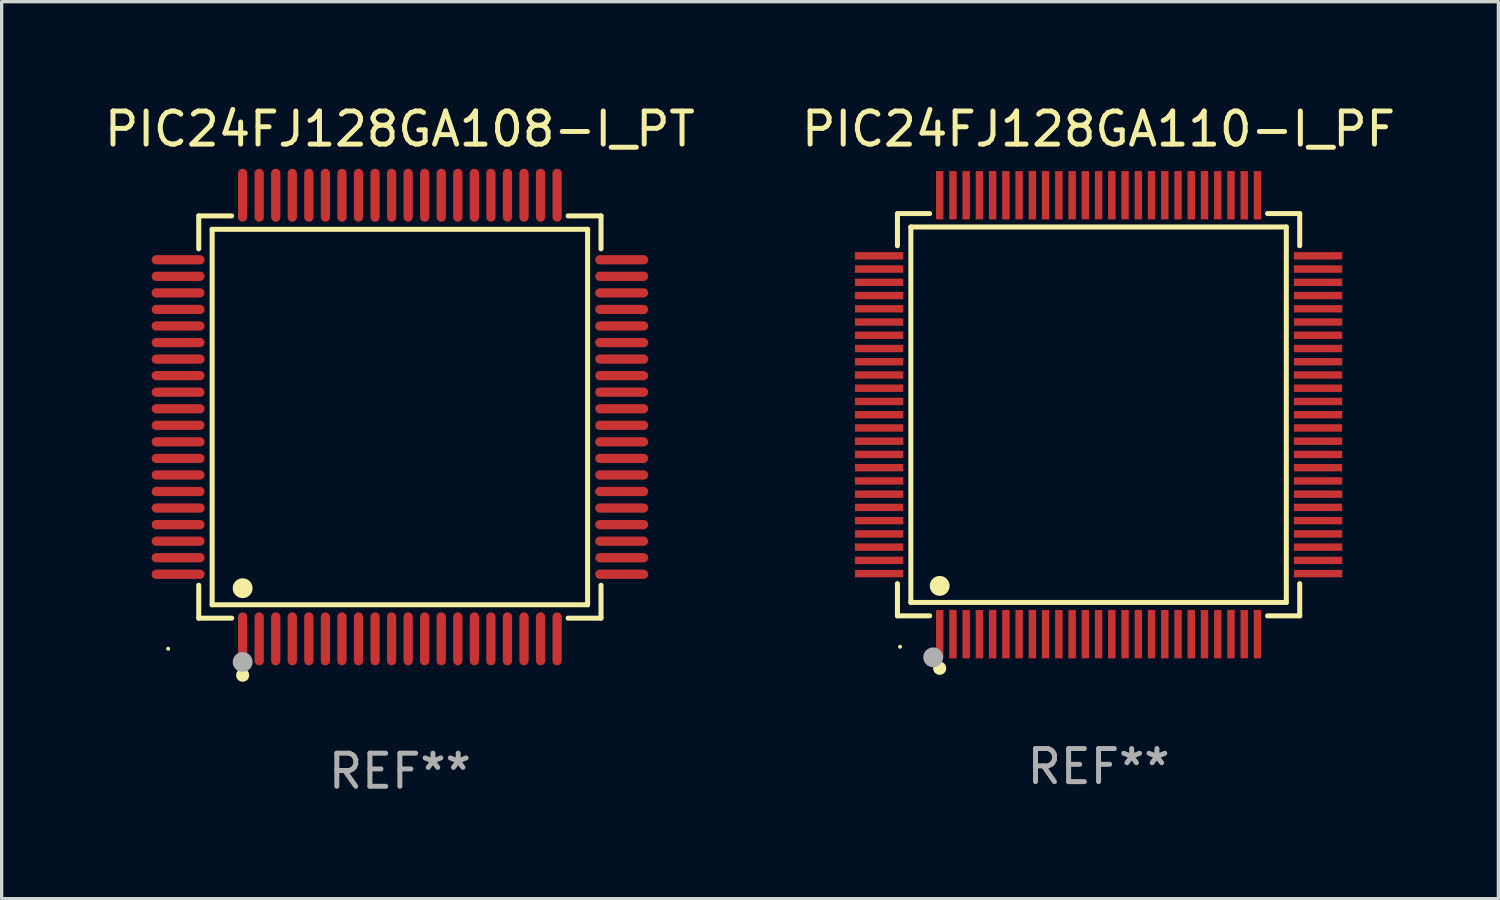
<source format=kicad_pcb>
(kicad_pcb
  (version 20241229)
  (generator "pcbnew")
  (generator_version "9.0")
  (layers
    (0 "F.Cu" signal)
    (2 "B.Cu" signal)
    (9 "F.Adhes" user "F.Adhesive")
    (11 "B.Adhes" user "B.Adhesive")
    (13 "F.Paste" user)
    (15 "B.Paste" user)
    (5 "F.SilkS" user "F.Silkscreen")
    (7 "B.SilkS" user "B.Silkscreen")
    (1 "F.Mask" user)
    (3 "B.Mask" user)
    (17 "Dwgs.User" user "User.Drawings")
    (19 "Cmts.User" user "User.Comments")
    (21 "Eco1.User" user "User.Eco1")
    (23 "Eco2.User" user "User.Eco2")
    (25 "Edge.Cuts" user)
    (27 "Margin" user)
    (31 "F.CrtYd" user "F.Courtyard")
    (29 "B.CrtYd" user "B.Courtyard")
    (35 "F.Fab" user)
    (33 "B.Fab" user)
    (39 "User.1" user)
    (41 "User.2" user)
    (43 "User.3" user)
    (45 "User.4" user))
  (footprint "PIC24FJ128GA108-I_PT"
    (layer "F.Cu")
    (at 9.03 9.548)
    (property "Reference" "PIC24FJ128GA108-I_PT" (at 0 -8.7 0) (layer "F.SilkS") (effects (font (size 1 1) (thickness 0.15))))
    (attr through_hole)
    (fp_line (start -6.076 -6.076) (end -5.081 -6.076) (stroke (width 0.152) (type solid)) (layer "F.SilkS"))
    (fp_line (start -6.076 -5.081) (end -6.076 -6.076) (stroke (width 0.152) (type solid)) (layer "F.SilkS"))
    (fp_line (start -6.076 5.081) (end -6.076 6.076) (stroke (width 0.152) (type solid)) (layer "F.SilkS"))
    (fp_line (start -6.076 6.076) (end -5.081 6.076) (stroke (width 0.152) (type solid)) (layer "F.SilkS"))
    (fp_line (start -5.671 -5.671) (end 5.671 -5.671) (stroke (width 0.152) (type solid)) (layer "F.SilkS"))
    (fp_line (start -5.671 5.671) (end -5.671 -5.671) (stroke (width 0.152) (type solid)) (layer "F.SilkS"))
    (fp_line (start 5.671 -5.671) (end 5.671 5.671) (stroke (width 0.152) (type solid)) (layer "F.SilkS"))
    (fp_line (start 5.671 5.671) (end -5.671 5.671) (stroke (width 0.152) (type solid)) (layer "F.SilkS"))
    (fp_line (start 6.076 -6.076) (end 5.081 -6.076) (stroke (width 0.152) (type solid)) (layer "F.SilkS"))
    (fp_line (start 6.076 -5.081) (end 6.076 -6.076) (stroke (width 0.152) (type solid)) (layer "F.SilkS"))
    (fp_line (start 6.076 5.081) (end 6.076 6.076) (stroke (width 0.152) (type solid)) (layer "F.SilkS"))
    (fp_line (start 6.076 6.076) (end 5.081 6.076) (stroke (width 0.152) (type solid)) (layer "F.SilkS"))
    (fp_circle (center -7 7) (end -6.97 7) (stroke (width 0.06) (type solid)) (fill no) (layer "F.SilkS"))
    (fp_circle (center -4.75 5.171) (end -4.6 5.171) (stroke (width 0.3) (type solid)) (fill no) (layer "F.SilkS"))
    (fp_circle (center -4.75 7.8) (end -4.65 7.8) (stroke (width 0.2) (type solid)) (fill no) (layer "F.SilkS"))
    (fp_circle (center -4.75 7.4) (end -4.6 7.4) (stroke (width 0.3) (type solid)) (fill no) (layer "F.Fab"))
    (fp_text user "REF**" (at 0 10.7 0) (layer "F.Fab") (effects (font (size 1 1) (thickness 0.15))))
    (pad "1" smd oval (at -4.75 6.7) (size 0.28 1.6) (layers "F.Cu" "F.Mask" "F.Paste"))
    (pad "2" smd oval (at -4.25 6.7) (size 0.28 1.6) (layers "F.Cu" "F.Mask" "F.Paste"))
    (pad "3" smd oval (at -3.75 6.7) (size 0.28 1.6) (layers "F.Cu" "F.Mask" "F.Paste"))
    (pad "4" smd oval (at -3.25 6.7) (size 0.28 1.6) (layers "F.Cu" "F.Mask" "F.Paste"))
    (pad "5" smd oval (at -2.75 6.7) (size 0.28 1.6) (layers "F.Cu" "F.Mask" "F.Paste"))
    (pad "6" smd oval (at -2.25 6.7) (size 0.28 1.6) (layers "F.Cu" "F.Mask" "F.Paste"))
    (pad "7" smd oval (at -1.75 6.7) (size 0.28 1.6) (layers "F.Cu" "F.Mask" "F.Paste"))
    (pad "8" smd oval (at -1.25 6.7) (size 0.28 1.6) (layers "F.Cu" "F.Mask" "F.Paste"))
    (pad "9" smd oval (at -0.75 6.7) (size 0.28 1.6) (layers "F.Cu" "F.Mask" "F.Paste"))
    (pad "10" smd oval (at -0.25 6.7) (size 0.28 1.6) (layers "F.Cu" "F.Mask" "F.Paste"))
    (pad "11" smd oval (at 0.25 6.7) (size 0.28 1.6) (layers "F.Cu" "F.Mask" "F.Paste"))
    (pad "12" smd oval (at 0.75 6.7) (size 0.28 1.6) (layers "F.Cu" "F.Mask" "F.Paste"))
    (pad "13" smd oval (at 1.25 6.7) (size 0.28 1.6) (layers "F.Cu" "F.Mask" "F.Paste"))
    (pad "14" smd oval (at 1.75 6.7) (size 0.28 1.6) (layers "F.Cu" "F.Mask" "F.Paste"))
    (pad "15" smd oval (at 2.25 6.7) (size 0.28 1.6) (layers "F.Cu" "F.Mask" "F.Paste"))
    (pad "16" smd oval (at 2.75 6.7) (size 0.28 1.6) (layers "F.Cu" "F.Mask" "F.Paste"))
    (pad "17" smd oval (at 3.25 6.7) (size 0.28 1.6) (layers "F.Cu" "F.Mask" "F.Paste"))
    (pad "18" smd oval (at 3.75 6.7) (size 0.28 1.6) (layers "F.Cu" "F.Mask" "F.Paste"))
    (pad "19" smd oval (at 4.25 6.7) (size 0.28 1.6) (layers "F.Cu" "F.Mask" "F.Paste"))
    (pad "20" smd oval (at 4.75 6.7) (size 0.28 1.6) (layers "F.Cu" "F.Mask" "F.Paste"))
    (pad "21" smd oval (at 6.7 4.75) (size 1.6 0.28) (layers "F.Cu" "F.Mask" "F.Paste"))
    (pad "22" smd oval (at 6.7 4.25) (size 1.6 0.28) (layers "F.Cu" "F.Mask" "F.Paste"))
    (pad "23" smd oval (at 6.7 3.75) (size 1.6 0.28) (layers "F.Cu" "F.Mask" "F.Paste"))
    (pad "24" smd oval (at 6.7 3.25) (size 1.6 0.28) (layers "F.Cu" "F.Mask" "F.Paste"))
    (pad "25" smd oval (at 6.7 2.75) (size 1.6 0.28) (layers "F.Cu" "F.Mask" "F.Paste"))
    (pad "26" smd oval (at 6.7 2.25) (size 1.6 0.28) (layers "F.Cu" "F.Mask" "F.Paste"))
    (pad "27" smd oval (at 6.7 1.75) (size 1.6 0.28) (layers "F.Cu" "F.Mask" "F.Paste"))
    (pad "28" smd oval (at 6.7 1.25) (size 1.6 0.28) (layers "F.Cu" "F.Mask" "F.Paste"))
    (pad "29" smd oval (at 6.7 0.75) (size 1.6 0.28) (layers "F.Cu" "F.Mask" "F.Paste"))
    (pad "30" smd oval (at 6.7 0.25) (size 1.6 0.28) (layers "F.Cu" "F.Mask" "F.Paste"))
    (pad "31" smd oval (at 6.7 -0.25) (size 1.6 0.28) (layers "F.Cu" "F.Mask" "F.Paste"))
    (pad "32" smd oval (at 6.7 -0.75) (size 1.6 0.28) (layers "F.Cu" "F.Mask" "F.Paste"))
    (pad "33" smd oval (at 6.7 -1.25) (size 1.6 0.28) (layers "F.Cu" "F.Mask" "F.Paste"))
    (pad "34" smd oval (at 6.7 -1.75) (size 1.6 0.28) (layers "F.Cu" "F.Mask" "F.Paste"))
    (pad "35" smd oval (at 6.7 -2.25) (size 1.6 0.28) (layers "F.Cu" "F.Mask" "F.Paste"))
    (pad "36" smd oval (at 6.7 -2.75) (size 1.6 0.28) (layers "F.Cu" "F.Mask" "F.Paste"))
    (pad "37" smd oval (at 6.7 -3.25) (size 1.6 0.28) (layers "F.Cu" "F.Mask" "F.Paste"))
    (pad "38" smd oval (at 6.7 -3.75) (size 1.6 0.28) (layers "F.Cu" "F.Mask" "F.Paste"))
    (pad "39" smd oval (at 6.7 -4.25) (size 1.6 0.28) (layers "F.Cu" "F.Mask" "F.Paste"))
    (pad "40" smd oval (at 6.7 -4.75) (size 1.6 0.28) (layers "F.Cu" "F.Mask" "F.Paste"))
    (pad "41" smd oval (at 4.75 -6.7) (size 0.28 1.6) (layers "F.Cu" "F.Mask" "F.Paste"))
    (pad "42" smd oval (at 4.25 -6.7) (size 0.28 1.6) (layers "F.Cu" "F.Mask" "F.Paste"))
    (pad "43" smd oval (at 3.75 -6.7) (size 0.28 1.6) (layers "F.Cu" "F.Mask" "F.Paste"))
    (pad "44" smd oval (at 3.25 -6.7) (size 0.28 1.6) (layers "F.Cu" "F.Mask" "F.Paste"))
    (pad "45" smd oval (at 2.75 -6.7) (size 0.28 1.6) (layers "F.Cu" "F.Mask" "F.Paste"))
    (pad "46" smd oval (at 2.25 -6.7) (size 0.28 1.6) (layers "F.Cu" "F.Mask" "F.Paste"))
    (pad "47" smd oval (at 1.75 -6.7) (size 0.28 1.6) (layers "F.Cu" "F.Mask" "F.Paste"))
    (pad "48" smd oval (at 1.25 -6.7) (size 0.28 1.6) (layers "F.Cu" "F.Mask" "F.Paste"))
    (pad "49" smd oval (at 0.75 -6.7) (size 0.28 1.6) (layers "F.Cu" "F.Mask" "F.Paste"))
    (pad "50" smd oval (at 0.25 -6.7) (size 0.28 1.6) (layers "F.Cu" "F.Mask" "F.Paste"))
    (pad "51" smd oval (at -0.25 -6.7) (size 0.28 1.6) (layers "F.Cu" "F.Mask" "F.Paste"))
    (pad "52" smd oval (at -0.75 -6.7) (size 0.28 1.6) (layers "F.Cu" "F.Mask" "F.Paste"))
    (pad "53" smd oval (at -1.25 -6.7) (size 0.28 1.6) (layers "F.Cu" "F.Mask" "F.Paste"))
    (pad "54" smd oval (at -1.75 -6.7) (size 0.28 1.6) (layers "F.Cu" "F.Mask" "F.Paste"))
    (pad "55" smd oval (at -2.25 -6.7) (size 0.28 1.6) (layers "F.Cu" "F.Mask" "F.Paste"))
    (pad "56" smd oval (at -2.75 -6.7) (size 0.28 1.6) (layers "F.Cu" "F.Mask" "F.Paste"))
    (pad "57" smd oval (at -3.25 -6.7) (size 0.28 1.6) (layers "F.Cu" "F.Mask" "F.Paste"))
    (pad "58" smd oval (at -3.75 -6.7) (size 0.28 1.6) (layers "F.Cu" "F.Mask" "F.Paste"))
    (pad "59" smd oval (at -4.25 -6.7) (size 0.28 1.6) (layers "F.Cu" "F.Mask" "F.Paste"))
    (pad "60" smd oval (at -4.75 -6.7) (size 0.28 1.6) (layers "F.Cu" "F.Mask" "F.Paste"))
    (pad "61" smd oval (at -6.7 -4.75) (size 1.6 0.28) (layers "F.Cu" "F.Mask" "F.Paste"))
    (pad "62" smd oval (at -6.7 -4.25) (size 1.6 0.28) (layers "F.Cu" "F.Mask" "F.Paste"))
    (pad "63" smd oval (at -6.7 -3.75) (size 1.6 0.28) (layers "F.Cu" "F.Mask" "F.Paste"))
    (pad "64" smd oval (at -6.7 -3.25) (size 1.6 0.28) (layers "F.Cu" "F.Mask" "F.Paste"))
    (pad "65" smd oval (at -6.7 -2.75) (size 1.6 0.28) (layers "F.Cu" "F.Mask" "F.Paste"))
    (pad "66" smd oval (at -6.7 -2.25) (size 1.6 0.28) (layers "F.Cu" "F.Mask" "F.Paste"))
    (pad "67" smd oval (at -6.7 -1.75) (size 1.6 0.28) (layers "F.Cu" "F.Mask" "F.Paste"))
    (pad "68" smd oval (at -6.7 -1.25) (size 1.6 0.28) (layers "F.Cu" "F.Mask" "F.Paste"))
    (pad "69" smd oval (at -6.7 -0.75) (size 1.6 0.28) (layers "F.Cu" "F.Mask" "F.Paste"))
    (pad "70" smd oval (at -6.7 -0.25) (size 1.6 0.28) (layers "F.Cu" "F.Mask" "F.Paste"))
    (pad "71" smd oval (at -6.7 0.25) (size 1.6 0.28) (layers "F.Cu" "F.Mask" "F.Paste"))
    (pad "72" smd oval (at -6.7 0.75) (size 1.6 0.28) (layers "F.Cu" "F.Mask" "F.Paste"))
    (pad "73" smd oval (at -6.7 1.25) (size 1.6 0.28) (layers "F.Cu" "F.Mask" "F.Paste"))
    (pad "74" smd oval (at -6.7 1.75) (size 1.6 0.28) (layers "F.Cu" "F.Mask" "F.Paste"))
    (pad "75" smd oval (at -6.7 2.25) (size 1.6 0.28) (layers "F.Cu" "F.Mask" "F.Paste"))
    (pad "76" smd oval (at -6.7 2.75) (size 1.6 0.28) (layers "F.Cu" "F.Mask" "F.Paste"))
    (pad "77" smd oval (at -6.7 3.25) (size 1.6 0.28) (layers "F.Cu" "F.Mask" "F.Paste"))
    (pad "78" smd oval (at -6.7 3.75) (size 1.6 0.28) (layers "F.Cu" "F.Mask" "F.Paste"))
    (pad "79" smd oval (at -6.7 4.25) (size 1.6 0.28) (layers "F.Cu" "F.Mask" "F.Paste"))
    (pad "80" smd oval (at -6.7 4.75) (size 1.6 0.28) (layers "F.Cu" "F.Mask" "F.Paste")))
  (footprint "PIC24FJ128GA110-I_PF"
    (layer "F.Cu")
    (at 30.137 9.478)
    (property "Reference" "PIC24FJ128GA110-I_PF" (at 0 -8.63 0) (layer "F.SilkS") (effects (font (size 1 1) (thickness 0.15))))
    (attr through_hole)
    (fp_line (start -6.076 -6.076) (end -5.103 -6.076) (stroke (width 0.152) (type solid)) (layer "F.SilkS"))
    (fp_line (start -6.076 -5.103) (end -6.076 -6.076) (stroke (width 0.152) (type solid)) (layer "F.SilkS"))
    (fp_line (start -6.076 5.103) (end -6.076 6.076) (stroke (width 0.152) (type solid)) (layer "F.SilkS"))
    (fp_line (start -6.076 6.076) (end -5.103 6.076) (stroke (width 0.152) (type solid)) (layer "F.SilkS"))
    (fp_line (start -5.671 -5.671) (end 5.671 -5.671) (stroke (width 0.152) (type solid)) (layer "F.SilkS"))
    (fp_line (start -5.671 5.671) (end -5.671 -5.671) (stroke (width 0.152) (type solid)) (layer "F.SilkS"))
    (fp_line (start 5.671 -5.671) (end 5.671 5.671) (stroke (width 0.152) (type solid)) (layer "F.SilkS"))
    (fp_line (start 5.671 5.671) (end -5.671 5.671) (stroke (width 0.152) (type solid)) (layer "F.SilkS"))
    (fp_line (start 6.076 -6.076) (end 5.103 -6.076) (stroke (width 0.152) (type solid)) (layer "F.SilkS"))
    (fp_line (start 6.076 -5.103) (end 6.076 -6.076) (stroke (width 0.152) (type solid)) (layer "F.SilkS"))
    (fp_line (start 6.076 5.103) (end 6.076 6.076) (stroke (width 0.152) (type solid)) (layer "F.SilkS"))
    (fp_line (start 6.076 6.076) (end 5.103 6.076) (stroke (width 0.152) (type solid)) (layer "F.SilkS"))
    (fp_circle (center -5.997 7.01) (end -5.967 7.01) (stroke (width 0.06) (type solid)) (fill no) (layer "F.SilkS"))
    (fp_circle (center -4.8 5.171) (end -4.65 5.171) (stroke (width 0.3) (type solid)) (fill no) (layer "F.SilkS"))
    (fp_circle (center -4.8 7.66) (end -4.7 7.66) (stroke (width 0.2) (type solid)) (fill no) (layer "F.SilkS"))
    (fp_circle (center -4.996 7.329) (end -4.846 7.329) (stroke (width 0.3) (type solid)) (fill no) (layer "F.Fab"))
    (fp_text user "REF**" (at 0 10.63 0) (layer "F.Fab") (effects (font (size 1 1) (thickness 0.15))))
    (pad "1" smd rect (at -4.8 6.63) (size 0.224 1.46) (layers "F.Cu" "F.Mask" "F.Paste"))
    (pad "2" smd rect (at -4.4 6.63) (size 0.224 1.46) (layers "F.Cu" "F.Mask" "F.Paste"))
    (pad "3" smd rect (at -4 6.63) (size 0.224 1.46) (layers "F.Cu" "F.Mask" "F.Paste"))
    (pad "4" smd rect (at -3.6 6.63) (size 0.224 1.46) (layers "F.Cu" "F.Mask" "F.Paste"))
    (pad "5" smd rect (at -3.2 6.63) (size 0.224 1.46) (layers "F.Cu" "F.Mask" "F.Paste"))
    (pad "6" smd rect (at -2.8 6.63) (size 0.224 1.46) (layers "F.Cu" "F.Mask" "F.Paste"))
    (pad "7" smd rect (at -2.4 6.63) (size 0.224 1.46) (layers "F.Cu" "F.Mask" "F.Paste"))
    (pad "8" smd rect (at -2 6.63) (size 0.224 1.46) (layers "F.Cu" "F.Mask" "F.Paste"))
    (pad "9" smd rect (at -1.6 6.63) (size 0.224 1.46) (layers "F.Cu" "F.Mask" "F.Paste"))
    (pad "10" smd rect (at -1.2 6.63) (size 0.224 1.46) (layers "F.Cu" "F.Mask" "F.Paste"))
    (pad "11" smd rect (at -0.8 6.63) (size 0.224 1.46) (layers "F.Cu" "F.Mask" "F.Paste"))
    (pad "12" smd rect (at -0.4 6.63) (size 0.224 1.46) (layers "F.Cu" "F.Mask" "F.Paste"))
    (pad "13" smd rect (at 0 6.63) (size 0.224 1.46) (layers "F.Cu" "F.Mask" "F.Paste"))
    (pad "14" smd rect (at 0.4 6.63) (size 0.224 1.46) (layers "F.Cu" "F.Mask" "F.Paste"))
    (pad "15" smd rect (at 0.8 6.63) (size 0.224 1.46) (layers "F.Cu" "F.Mask" "F.Paste"))
    (pad "16" smd rect (at 1.2 6.63) (size 0.224 1.46) (layers "F.Cu" "F.Mask" "F.Paste"))
    (pad "17" smd rect (at 1.6 6.63) (size 0.224 1.46) (layers "F.Cu" "F.Mask" "F.Paste"))
    (pad "18" smd rect (at 2 6.63) (size 0.224 1.46) (layers "F.Cu" "F.Mask" "F.Paste"))
    (pad "19" smd rect (at 2.4 6.63) (size 0.224 1.46) (layers "F.Cu" "F.Mask" "F.Paste"))
    (pad "20" smd rect (at 2.8 6.63) (size 0.224 1.46) (layers "F.Cu" "F.Mask" "F.Paste"))
    (pad "21" smd rect (at 3.2 6.63) (size 0.224 1.46) (layers "F.Cu" "F.Mask" "F.Paste"))
    (pad "22" smd rect (at 3.6 6.63) (size 0.224 1.46) (layers "F.Cu" "F.Mask" "F.Paste"))
    (pad "23" smd rect (at 4 6.63) (size 0.224 1.46) (layers "F.Cu" "F.Mask" "F.Paste"))
    (pad "24" smd rect (at 4.4 6.63) (size 0.224 1.46) (layers "F.Cu" "F.Mask" "F.Paste"))
    (pad "25" smd rect (at 4.8 6.63) (size 0.224 1.46) (layers "F.Cu" "F.Mask" "F.Paste"))
    (pad "26" smd rect (at 6.63 4.8) (size 1.46 0.224) (layers "F.Cu" "F.Mask" "F.Paste"))
    (pad "27" smd rect (at 6.63 4.4) (size 1.46 0.224) (layers "F.Cu" "F.Mask" "F.Paste"))
    (pad "28" smd rect (at 6.63 4) (size 1.46 0.224) (layers "F.Cu" "F.Mask" "F.Paste"))
    (pad "29" smd rect (at 6.63 3.6) (size 1.46 0.224) (layers "F.Cu" "F.Mask" "F.Paste"))
    (pad "30" smd rect (at 6.63 3.2) (size 1.46 0.224) (layers "F.Cu" "F.Mask" "F.Paste"))
    (pad "31" smd rect (at 6.63 2.8) (size 1.46 0.224) (layers "F.Cu" "F.Mask" "F.Paste"))
    (pad "32" smd rect (at 6.63 2.4) (size 1.46 0.224) (layers "F.Cu" "F.Mask" "F.Paste"))
    (pad "33" smd rect (at 6.63 2) (size 1.46 0.224) (layers "F.Cu" "F.Mask" "F.Paste"))
    (pad "34" smd rect (at 6.63 1.6) (size 1.46 0.224) (layers "F.Cu" "F.Mask" "F.Paste"))
    (pad "35" smd rect (at 6.63 1.2) (size 1.46 0.224) (layers "F.Cu" "F.Mask" "F.Paste"))
    (pad "36" smd rect (at 6.63 0.8) (size 1.46 0.224) (layers "F.Cu" "F.Mask" "F.Paste"))
    (pad "37" smd rect (at 6.63 0.4) (size 1.46 0.224) (layers "F.Cu" "F.Mask" "F.Paste"))
    (pad "38" smd rect (at 6.63 0) (size 1.46 0.224) (layers "F.Cu" "F.Mask" "F.Paste"))
    (pad "39" smd rect (at 6.63 -0.4) (size 1.46 0.224) (layers "F.Cu" "F.Mask" "F.Paste"))
    (pad "40" smd rect (at 6.63 -0.8) (size 1.46 0.224) (layers "F.Cu" "F.Mask" "F.Paste"))
    (pad "41" smd rect (at 6.63 -1.2) (size 1.46 0.224) (layers "F.Cu" "F.Mask" "F.Paste"))
    (pad "42" smd rect (at 6.63 -1.6) (size 1.46 0.224) (layers "F.Cu" "F.Mask" "F.Paste"))
    (pad "43" smd rect (at 6.63 -2) (size 1.46 0.224) (layers "F.Cu" "F.Mask" "F.Paste"))
    (pad "44" smd rect (at 6.63 -2.4) (size 1.46 0.224) (layers "F.Cu" "F.Mask" "F.Paste"))
    (pad "45" smd rect (at 6.63 -2.8) (size 1.46 0.224) (layers "F.Cu" "F.Mask" "F.Paste"))
    (pad "46" smd rect (at 6.63 -3.2) (size 1.46 0.224) (layers "F.Cu" "F.Mask" "F.Paste"))
    (pad "47" smd rect (at 6.63 -3.6) (size 1.46 0.224) (layers "F.Cu" "F.Mask" "F.Paste"))
    (pad "48" smd rect (at 6.63 -4) (size 1.46 0.224) (layers "F.Cu" "F.Mask" "F.Paste"))
    (pad "49" smd rect (at 6.63 -4.4) (size 1.46 0.224) (layers "F.Cu" "F.Mask" "F.Paste"))
    (pad "50" smd rect (at 6.63 -4.8) (size 1.46 0.224) (layers "F.Cu" "F.Mask" "F.Paste"))
    (pad "51" smd rect (at 4.8 -6.63) (size 0.224 1.46) (layers "F.Cu" "F.Mask" "F.Paste"))
    (pad "52" smd rect (at 4.4 -6.63) (size 0.224 1.46) (layers "F.Cu" "F.Mask" "F.Paste"))
    (pad "53" smd rect (at 4 -6.63) (size 0.224 1.46) (layers "F.Cu" "F.Mask" "F.Paste"))
    (pad "54" smd rect (at 3.6 -6.63) (size 0.224 1.46) (layers "F.Cu" "F.Mask" "F.Paste"))
    (pad "55" smd rect (at 3.2 -6.63) (size 0.224 1.46) (layers "F.Cu" "F.Mask" "F.Paste"))
    (pad "56" smd rect (at 2.8 -6.63) (size 0.224 1.46) (layers "F.Cu" "F.Mask" "F.Paste"))
    (pad "57" smd rect (at 2.4 -6.63) (size 0.224 1.46) (layers "F.Cu" "F.Mask" "F.Paste"))
    (pad "58" smd rect (at 2 -6.63) (size 0.224 1.46) (layers "F.Cu" "F.Mask" "F.Paste"))
    (pad "59" smd rect (at 1.6 -6.63) (size 0.224 1.46) (layers "F.Cu" "F.Mask" "F.Paste"))
    (pad "60" smd rect (at 1.2 -6.63) (size 0.224 1.46) (layers "F.Cu" "F.Mask" "F.Paste"))
    (pad "61" smd rect (at 0.8 -6.63) (size 0.224 1.46) (layers "F.Cu" "F.Mask" "F.Paste"))
    (pad "62" smd rect (at 0.4 -6.63) (size 0.224 1.46) (layers "F.Cu" "F.Mask" "F.Paste"))
    (pad "63" smd rect (at 0 -6.63) (size 0.224 1.46) (layers "F.Cu" "F.Mask" "F.Paste"))
    (pad "64" smd rect (at -0.4 -6.63) (size 0.224 1.46) (layers "F.Cu" "F.Mask" "F.Paste"))
    (pad "65" smd rect (at -0.8 -6.63) (size 0.224 1.46) (layers "F.Cu" "F.Mask" "F.Paste"))
    (pad "66" smd rect (at -1.2 -6.63) (size 0.224 1.46) (layers "F.Cu" "F.Mask" "F.Paste"))
    (pad "67" smd rect (at -1.6 -6.63) (size 0.224 1.46) (layers "F.Cu" "F.Mask" "F.Paste"))
    (pad "68" smd rect (at -2 -6.63) (size 0.224 1.46) (layers "F.Cu" "F.Mask" "F.Paste"))
    (pad "69" smd rect (at -2.4 -6.63) (size 0.224 1.46) (layers "F.Cu" "F.Mask" "F.Paste"))
    (pad "70" smd rect (at -2.8 -6.63) (size 0.224 1.46) (layers "F.Cu" "F.Mask" "F.Paste"))
    (pad "71" smd rect (at -3.2 -6.63) (size 0.224 1.46) (layers "F.Cu" "F.Mask" "F.Paste"))
    (pad "72" smd rect (at -3.6 -6.63) (size 0.224 1.46) (layers "F.Cu" "F.Mask" "F.Paste"))
    (pad "73" smd rect (at -4 -6.63) (size 0.224 1.46) (layers "F.Cu" "F.Mask" "F.Paste"))
    (pad "74" smd rect (at -4.4 -6.63) (size 0.224 1.46) (layers "F.Cu" "F.Mask" "F.Paste"))
    (pad "75" smd rect (at -4.8 -6.63) (size 0.224 1.46) (layers "F.Cu" "F.Mask" "F.Paste"))
    (pad "76" smd rect (at -6.63 -4.8) (size 1.46 0.224) (layers "F.Cu" "F.Mask" "F.Paste"))
    (pad "77" smd rect (at -6.63 -4.4) (size 1.46 0.224) (layers "F.Cu" "F.Mask" "F.Paste"))
    (pad "78" smd rect (at -6.63 -4) (size 1.46 0.224) (layers "F.Cu" "F.Mask" "F.Paste"))
    (pad "79" smd rect (at -6.63 -3.6) (size 1.46 0.224) (layers "F.Cu" "F.Mask" "F.Paste"))
    (pad "80" smd rect (at -6.63 -3.2) (size 1.46 0.224) (layers "F.Cu" "F.Mask" "F.Paste"))
    (pad "81" smd rect (at -6.63 -2.8) (size 1.46 0.224) (layers "F.Cu" "F.Mask" "F.Paste"))
    (pad "82" smd rect (at -6.63 -2.4) (size 1.46 0.224) (layers "F.Cu" "F.Mask" "F.Paste"))
    (pad "83" smd rect (at -6.63 -2) (size 1.46 0.224) (layers "F.Cu" "F.Mask" "F.Paste"))
    (pad "84" smd rect (at -6.63 -1.6) (size 1.46 0.224) (layers "F.Cu" "F.Mask" "F.Paste"))
    (pad "85" smd rect (at -6.63 -1.2) (size 1.46 0.224) (layers "F.Cu" "F.Mask" "F.Paste"))
    (pad "86" smd rect (at -6.63 -0.8) (size 1.46 0.224) (layers "F.Cu" "F.Mask" "F.Paste"))
    (pad "87" smd rect (at -6.63 -0.4) (size 1.46 0.224) (layers "F.Cu" "F.Mask" "F.Paste"))
    (pad "88" smd rect (at -6.63 0) (size 1.46 0.224) (layers "F.Cu" "F.Mask" "F.Paste"))
    (pad "89" smd rect (at -6.63 0.4) (size 1.46 0.224) (layers "F.Cu" "F.Mask" "F.Paste"))
    (pad "90" smd rect (at -6.63 0.8) (size 1.46 0.224) (layers "F.Cu" "F.Mask" "F.Paste"))
    (pad "91" smd rect (at -6.63 1.2) (size 1.46 0.224) (layers "F.Cu" "F.Mask" "F.Paste"))
    (pad "92" smd rect (at -6.63 1.6) (size 1.46 0.224) (layers "F.Cu" "F.Mask" "F.Paste"))
    (pad "93" smd rect (at -6.63 2) (size 1.46 0.224) (layers "F.Cu" "F.Mask" "F.Paste"))
    (pad "94" smd rect (at -6.63 2.4) (size 1.46 0.224) (layers "F.Cu" "F.Mask" "F.Paste"))
    (pad "95" smd rect (at -6.63 2.8) (size 1.46 0.224) (layers "F.Cu" "F.Mask" "F.Paste"))
    (pad "96" smd rect (at -6.63 3.2) (size 1.46 0.224) (layers "F.Cu" "F.Mask" "F.Paste"))
    (pad "97" smd rect (at -6.63 3.6) (size 1.46 0.224) (layers "F.Cu" "F.Mask" "F.Paste"))
    (pad "98" smd rect (at -6.63 4) (size 1.46 0.224) (layers "F.Cu" "F.Mask" "F.Paste"))
    (pad "99" smd rect (at -6.63 4.4) (size 1.46 0.224) (layers "F.Cu" "F.Mask" "F.Paste"))
    (pad "100" smd rect (at -6.63 4.8) (size 1.46 0.224) (layers "F.Cu" "F.Mask" "F.Paste")))
  (gr_rect
    (start -3 -3)
    (end 42.214 24.097)
    (stroke (width 0.1) (type default))
    (fill no)
    (layer "Edge.Cuts")))
</source>
